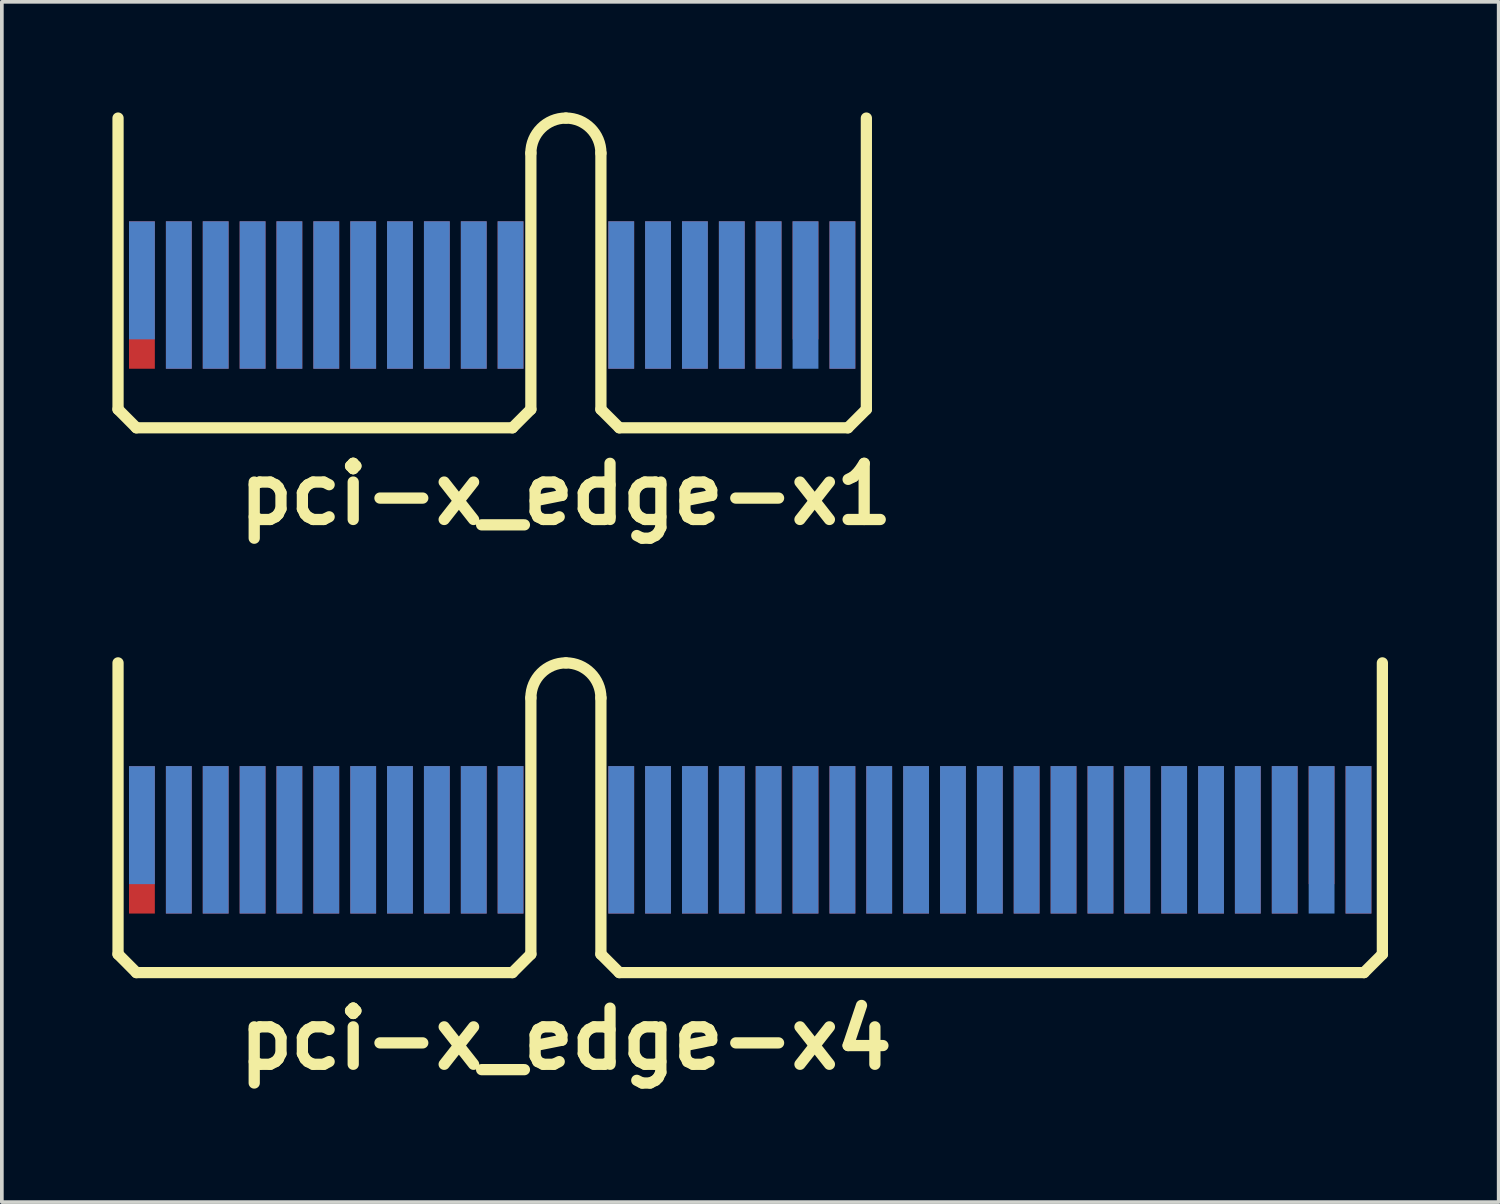
<source format=kicad_pcb>
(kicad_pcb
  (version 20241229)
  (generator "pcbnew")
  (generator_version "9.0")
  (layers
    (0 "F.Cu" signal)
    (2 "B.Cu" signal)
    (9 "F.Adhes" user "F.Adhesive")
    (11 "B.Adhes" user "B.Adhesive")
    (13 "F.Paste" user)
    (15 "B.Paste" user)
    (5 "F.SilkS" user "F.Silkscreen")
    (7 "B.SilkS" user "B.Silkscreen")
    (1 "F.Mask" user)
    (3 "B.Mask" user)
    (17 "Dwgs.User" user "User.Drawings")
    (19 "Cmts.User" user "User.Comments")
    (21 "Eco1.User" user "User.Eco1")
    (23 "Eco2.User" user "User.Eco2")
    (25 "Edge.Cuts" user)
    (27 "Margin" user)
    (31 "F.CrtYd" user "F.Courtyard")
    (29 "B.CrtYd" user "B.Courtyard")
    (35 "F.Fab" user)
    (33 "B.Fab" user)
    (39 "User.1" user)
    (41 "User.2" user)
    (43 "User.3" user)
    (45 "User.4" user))
  (footprint "pci-x_edge-x1"
    (layer "F.Cu")
    (at 12.301 4.354)
    (property "Reference" "pci-x_edge-x1" (at 0 5.999 0) (layer "F.SilkS") (effects (font (size 1.524 1.524) (thickness 0.305))))
    (attr through_hole)
    (fp_line (start -12.149 3.701) (end -12.149 -4.201) (stroke (width 0.305) (type solid)) (layer "F.SilkS"))
    (fp_line (start -11.651 4.201) (end -12.149 3.701) (stroke (width 0.305) (type solid)) (layer "F.SilkS"))
    (fp_line (start -1.45 4.201) (end -11.651 4.201) (stroke (width 0.305) (type solid)) (layer "F.SilkS"))
    (fp_line (start -0.95 -3.251) (end -0.95 3.701) (stroke (width 0.305) (type solid)) (layer "F.SilkS"))
    (fp_line (start -0.95 3.701) (end -1.45 4.201) (stroke (width 0.305) (type solid)) (layer "F.SilkS"))
    (fp_line (start 0.95 3.701) (end 0.95 -3.251) (stroke (width 0.305) (type solid)) (layer "F.SilkS"))
    (fp_line (start 0.95 3.701) (end 1.45 4.201) (stroke (width 0.305) (type solid)) (layer "F.SilkS"))
    (fp_line (start 1.45 4.201) (end 7.65 4.201) (stroke (width 0.305) (type solid)) (layer "F.SilkS"))
    (fp_line (start 7.65 4.201) (end 8.151 3.701) (stroke (width 0.305) (type solid)) (layer "F.SilkS"))
    (fp_line (start 8.151 3.701) (end 8.151 -4.201) (stroke (width 0.305) (type solid)) (layer "F.SilkS"))
    (fp_arc (start -0.94996 -3.2512) (mid -0.671723 -3.922923) (end 0 -4.20116) (stroke (width 0.3048) (type solid)) (layer "F.SilkS"))
    (fp_arc (start 0 -4.20116) (mid 0.671723 -3.922923) (end 0.94996 -3.2512) (stroke (width 0.3048) (type solid)) (layer "F.SilkS"))
    (pad "A1" smd rect (at -11.501 0.201) (size 0.701 3.2) (layers "F.Mask" "B.Cu" "F.Paste"))
    (pad "A2" smd rect (at -10.5 0.599) (size 0.701 4) (layers "F.Mask" "B.Cu" "F.Paste"))
    (pad "A3" smd rect (at -9.5 0.599) (size 0.701 4) (layers "F.Mask" "B.Cu" "F.Paste"))
    (pad "A4" smd rect (at -8.499 0.599) (size 0.701 4) (layers "F.Mask" "B.Cu" "F.Paste"))
    (pad "A5" smd rect (at -7.501 0.599) (size 0.701 4) (layers "F.Mask" "B.Cu" "F.Paste"))
    (pad "A6" smd rect (at -6.5 0.599) (size 0.701 4) (layers "F.Mask" "B.Cu" "F.Paste"))
    (pad "A7" smd rect (at -5.499 0.599) (size 0.701 4) (layers "F.Mask" "B.Cu" "F.Paste"))
    (pad "A8" smd rect (at -4.501 0.599) (size 0.701 4) (layers "F.Mask" "B.Cu" "F.Paste"))
    (pad "A9" smd rect (at -3.5 0.599) (size 0.701 4) (layers "F.Mask" "B.Cu" "F.Paste"))
    (pad "A10" smd rect (at -2.499 0.599) (size 0.701 4) (layers "F.Mask" "B.Cu" "F.Paste"))
    (pad "A11" smd rect (at -1.501 0.599) (size 0.701 4) (layers "F.Mask" "B.Cu" "F.Paste"))
    (pad "A12" smd rect (at 1.501 0.599) (size 0.701 4) (layers "F.Mask" "B.Cu" "F.Paste"))
    (pad "A13" smd rect (at 2.499 0.599) (size 0.701 4) (layers "F.Mask" "B.Cu" "F.Paste"))
    (pad "A14" smd rect (at 3.5 0.599) (size 0.701 4) (layers "F.Mask" "B.Cu" "F.Paste"))
    (pad "A15" smd rect (at 4.501 0.599) (size 0.701 4) (layers "F.Mask" "B.Cu" "F.Paste"))
    (pad "A16" smd rect (at 5.499 0.599) (size 0.701 4) (layers "F.Mask" "B.Cu" "F.Paste"))
    (pad "A17" smd rect (at 6.5 0.599) (size 0.701 4) (layers "F.Mask" "B.Cu" "F.Paste"))
    (pad "A18" smd rect (at 7.501 0.599) (size 0.701 4) (layers "F.Mask" "B.Cu" "F.Paste"))
    (pad "B1" smd rect (at -11.501 0.599) (size 0.701 4) (layers "F.Cu" "F.Mask" "F.Paste"))
    (pad "B2" smd rect (at -10.5 0.599) (size 0.701 4) (layers "F.Cu" "F.Mask" "F.Paste"))
    (pad "B3" smd rect (at -9.5 0.599) (size 0.701 4) (layers "F.Cu" "F.Mask" "F.Paste"))
    (pad "B4" smd rect (at -8.499 0.599) (size 0.701 4) (layers "F.Cu" "F.Mask" "F.Paste"))
    (pad "B5" smd rect (at -7.501 0.599) (size 0.701 4) (layers "F.Cu" "F.Mask" "F.Paste"))
    (pad "B6" smd rect (at -6.5 0.599) (size 0.701 4) (layers "F.Cu" "F.Mask" "F.Paste"))
    (pad "B7" smd rect (at -5.499 0.599) (size 0.701 4) (layers "F.Cu" "F.Mask" "F.Paste"))
    (pad "B8" smd rect (at -4.501 0.599) (size 0.701 4) (layers "F.Cu" "F.Mask" "F.Paste"))
    (pad "B9" smd rect (at -3.5 0.599) (size 0.701 4) (layers "F.Cu" "F.Mask" "F.Paste"))
    (pad "B10" smd rect (at -2.499 0.599) (size 0.701 4) (layers "F.Cu" "F.Mask" "F.Paste"))
    (pad "B11" smd rect (at -1.501 0.599) (size 0.701 4) (layers "F.Cu" "F.Mask" "F.Paste"))
    (pad "B12" smd rect (at 1.501 0.599) (size 0.701 4) (layers "F.Cu" "F.Mask" "F.Paste"))
    (pad "B13" smd rect (at 2.499 0.599) (size 0.701 4) (layers "F.Cu" "F.Mask" "F.Paste"))
    (pad "B14" smd rect (at 3.5 0.599) (size 0.701 4) (layers "F.Cu" "F.Mask" "F.Paste"))
    (pad "B15" smd rect (at 4.501 0.599) (size 0.701 4) (layers "F.Cu" "F.Mask" "F.Paste"))
    (pad "B16" smd rect (at 5.499 0.599) (size 0.701 4) (layers "F.Cu" "F.Mask" "F.Paste"))
    (pad "B17" smd rect (at 6.5 0.201) (size 0.701 3.2) (layers "F.Cu" "F.Mask" "F.Paste"))
    (pad "B18" smd rect (at 7.501 0.599) (size 0.701 4) (layers "F.Cu" "F.Mask" "F.Paste")))
  (footprint "pci-x_edge-x4"
    (layer "F.Cu")
    (at 12.301 19.133)
    (property "Reference" "pci-x_edge-x4" (at 0 5.999 0) (layer "F.SilkS") (effects (font (size 1.524 1.524) (thickness 0.305))))
    (attr through_hole)
    (fp_line (start -12.149 3.701) (end -12.149 -4.201) (stroke (width 0.305) (type solid)) (layer "F.SilkS"))
    (fp_line (start -11.651 4.201) (end -12.149 3.701) (stroke (width 0.305) (type solid)) (layer "F.SilkS"))
    (fp_line (start -1.45 4.201) (end -11.651 4.201) (stroke (width 0.305) (type solid)) (layer "F.SilkS"))
    (fp_line (start -0.95 -3.251) (end -0.95 3.701) (stroke (width 0.305) (type solid)) (layer "F.SilkS"))
    (fp_line (start -0.95 3.701) (end -1.45 4.201) (stroke (width 0.305) (type solid)) (layer "F.SilkS"))
    (fp_line (start 0.95 3.701) (end 0.95 -3.251) (stroke (width 0.305) (type solid)) (layer "F.SilkS"))
    (fp_line (start 0.95 3.701) (end 1.45 4.201) (stroke (width 0.305) (type solid)) (layer "F.SilkS"))
    (fp_line (start 1.45 4.201) (end 21.651 4.201) (stroke (width 0.305) (type solid)) (layer "F.SilkS"))
    (fp_line (start 21.651 4.201) (end 22.151 3.701) (stroke (width 0.305) (type solid)) (layer "F.SilkS"))
    (fp_line (start 22.149 3.701) (end 22.149 -4.201) (stroke (width 0.305) (type solid)) (layer "F.SilkS"))
    (fp_arc (start -0.94996 -3.2512) (mid -0.671723 -3.922923) (end 0 -4.20116) (stroke (width 0.3048) (type solid)) (layer "F.SilkS"))
    (fp_arc (start 0 -4.20116) (mid 0.671723 -3.922923) (end 0.94996 -3.2512) (stroke (width 0.3048) (type solid)) (layer "F.SilkS"))
    (pad "A1" smd rect (at -11.501 0.201) (size 0.701 3.2) (layers "F.Mask" "B.Cu" "F.Paste"))
    (pad "A2" smd rect (at -10.5 0.599) (size 0.701 4) (layers "F.Mask" "B.Cu" "F.Paste"))
    (pad "A3" smd rect (at -9.5 0.599) (size 0.701 4) (layers "F.Mask" "B.Cu" "F.Paste"))
    (pad "A4" smd rect (at -8.499 0.599) (size 0.701 4) (layers "F.Mask" "B.Cu" "F.Paste"))
    (pad "A5" smd rect (at -7.501 0.599) (size 0.701 4) (layers "F.Mask" "B.Cu" "F.Paste"))
    (pad "A6" smd rect (at -6.5 0.599) (size 0.701 4) (layers "F.Mask" "B.Cu" "F.Paste"))
    (pad "A7" smd rect (at -5.499 0.599) (size 0.701 4) (layers "F.Mask" "B.Cu" "F.Paste"))
    (pad "A8" smd rect (at -4.501 0.599) (size 0.701 4) (layers "F.Mask" "B.Cu" "F.Paste"))
    (pad "A9" smd rect (at -3.5 0.599) (size 0.701 4) (layers "F.Mask" "B.Cu" "F.Paste"))
    (pad "A10" smd rect (at -2.499 0.599) (size 0.701 4) (layers "F.Mask" "B.Cu" "F.Paste"))
    (pad "A11" smd rect (at -1.501 0.599) (size 0.701 4) (layers "F.Mask" "B.Cu" "F.Paste"))
    (pad "A12" smd rect (at 1.501 0.599) (size 0.701 4) (layers "F.Mask" "B.Cu" "F.Paste"))
    (pad "A13" smd rect (at 2.499 0.599) (size 0.701 4) (layers "F.Mask" "B.Cu" "F.Paste"))
    (pad "A14" smd rect (at 3.5 0.599) (size 0.701 4) (layers "F.Mask" "B.Cu" "F.Paste"))
    (pad "A15" smd rect (at 4.501 0.599) (size 0.701 4) (layers "F.Mask" "B.Cu" "F.Paste"))
    (pad "A16" smd rect (at 5.499 0.599) (size 0.701 4) (layers "F.Mask" "B.Cu" "F.Paste"))
    (pad "A17" smd rect (at 6.5 0.599) (size 0.701 4) (layers "F.Mask" "B.Cu" "F.Paste"))
    (pad "A18" smd rect (at 7.501 0.599) (size 0.701 4) (layers "F.Mask" "B.Cu" "F.Paste"))
    (pad "A19" smd rect (at 8.499 0.599) (size 0.701 4) (layers "F.Mask" "B.Cu" "F.Paste"))
    (pad "A20" smd rect (at 9.5 0.599) (size 0.701 4) (layers "F.Mask" "B.Cu" "F.Paste"))
    (pad "A21" smd rect (at 10.5 0.599) (size 0.701 4) (layers "F.Mask" "B.Cu" "F.Paste"))
    (pad "A22" smd rect (at 11.501 0.599) (size 0.701 4) (layers "F.Mask" "B.Cu" "F.Paste"))
    (pad "A23" smd rect (at 12.499 0.599) (size 0.701 4) (layers "F.Mask" "B.Cu" "F.Paste"))
    (pad "A24" smd rect (at 13.5 0.599) (size 0.701 4) (layers "F.Mask" "B.Cu" "F.Paste"))
    (pad "A25" smd rect (at 14.501 0.599) (size 0.701 4) (layers "F.Mask" "B.Cu" "F.Paste"))
    (pad "A26" smd rect (at 15.499 0.599) (size 0.701 4) (layers "F.Mask" "B.Cu" "F.Paste"))
    (pad "A27" smd rect (at 16.5 0.599) (size 0.701 4) (layers "F.Mask" "B.Cu" "F.Paste"))
    (pad "A28" smd rect (at 17.501 0.599) (size 0.701 4) (layers "F.Mask" "B.Cu" "F.Paste"))
    (pad "A29" smd rect (at 18.499 0.599) (size 0.701 4) (layers "F.Mask" "B.Cu" "F.Paste"))
    (pad "A30" smd rect (at 19.5 0.599) (size 0.701 4) (layers "F.Mask" "B.Cu" "F.Paste"))
    (pad "A31" smd rect (at 20.5 0.599) (size 0.701 4) (layers "F.Mask" "B.Cu" "F.Paste"))
    (pad "A32" smd rect (at 21.501 0.599) (size 0.701 4) (layers "F.Mask" "B.Cu" "F.Paste"))
    (pad "B1" smd rect (at -11.501 0.599) (size 0.701 4) (layers "F.Cu" "F.Mask" "F.Paste"))
    (pad "B2" smd rect (at -10.5 0.599) (size 0.701 4) (layers "F.Cu" "F.Mask" "F.Paste"))
    (pad "B3" smd rect (at -9.5 0.599) (size 0.701 4) (layers "F.Cu" "F.Mask" "F.Paste"))
    (pad "B4" smd rect (at -8.499 0.599) (size 0.701 4) (layers "F.Cu" "F.Mask" "F.Paste"))
    (pad "B5" smd rect (at -7.501 0.599) (size 0.701 4) (layers "F.Cu" "F.Mask" "F.Paste"))
    (pad "B6" smd rect (at -6.5 0.599) (size 0.701 4) (layers "F.Cu" "F.Mask" "F.Paste"))
    (pad "B7" smd rect (at -5.499 0.599) (size 0.701 4) (layers "F.Cu" "F.Mask" "F.Paste"))
    (pad "B8" smd rect (at -4.501 0.599) (size 0.701 4) (layers "F.Cu" "F.Mask" "F.Paste"))
    (pad "B9" smd rect (at -3.5 0.599) (size 0.701 4) (layers "F.Cu" "F.Mask" "F.Paste"))
    (pad "B10" smd rect (at -2.499 0.599) (size 0.701 4) (layers "F.Cu" "F.Mask" "F.Paste"))
    (pad "B11" smd rect (at -1.501 0.599) (size 0.701 4) (layers "F.Cu" "F.Mask" "F.Paste"))
    (pad "B12" smd rect (at 1.501 0.599) (size 0.701 4) (layers "F.Cu" "F.Mask" "F.Paste"))
    (pad "B13" smd rect (at 2.499 0.599) (size 0.701 4) (layers "F.Cu" "F.Mask" "F.Paste"))
    (pad "B14" smd rect (at 3.5 0.599) (size 0.701 4) (layers "F.Cu" "F.Mask" "F.Paste"))
    (pad "B15" smd rect (at 4.501 0.599) (size 0.701 4) (layers "F.Cu" "F.Mask" "F.Paste"))
    (pad "B16" smd rect (at 5.499 0.599) (size 0.701 4) (layers "F.Cu" "F.Mask" "F.Paste"))
    (pad "B17" smd rect (at 6.5 0.599) (size 0.701 4) (layers "F.Cu" "F.Mask" "F.Paste"))
    (pad "B18" smd rect (at 7.501 0.599) (size 0.701 4) (layers "F.Cu" "F.Mask" "F.Paste"))
    (pad "B19" smd rect (at 8.499 0.599) (size 0.701 4) (layers "F.Cu" "F.Mask" "F.Paste"))
    (pad "B20" smd rect (at 9.5 0.599) (size 0.701 4) (layers "F.Cu" "F.Mask" "F.Paste"))
    (pad "B21" smd rect (at 10.5 0.599) (size 0.701 4) (layers "F.Cu" "F.Mask" "F.Paste"))
    (pad "B22" smd rect (at 11.501 0.599) (size 0.701 4) (layers "F.Cu" "F.Mask" "F.Paste"))
    (pad "B23" smd rect (at 12.499 0.599) (size 0.701 4) (layers "F.Cu" "F.Mask" "F.Paste"))
    (pad "B24" smd rect (at 13.5 0.599) (size 0.701 4) (layers "F.Cu" "F.Mask" "F.Paste"))
    (pad "B25" smd rect (at 14.501 0.599) (size 0.701 4) (layers "F.Cu" "F.Mask" "F.Paste"))
    (pad "B26" smd rect (at 15.499 0.599) (size 0.701 4) (layers "F.Cu" "F.Mask" "F.Paste"))
    (pad "B27" smd rect (at 16.5 0.599) (size 0.701 4) (layers "F.Cu" "F.Mask" "F.Paste"))
    (pad "B28" smd rect (at 17.501 0.599) (size 0.701 4) (layers "F.Cu" "F.Mask" "F.Paste"))
    (pad "B29" smd rect (at 18.499 0.599) (size 0.701 4) (layers "F.Cu" "F.Mask" "F.Paste"))
    (pad "B30" smd rect (at 19.5 0.599) (size 0.701 4) (layers "F.Cu" "F.Mask" "F.Paste"))
    (pad "B31" smd rect (at 20.5 0.201) (size 0.701 3.2) (layers "F.Cu" "F.Mask" "F.Paste"))
    (pad "B32" smd rect (at 21.501 0.599) (size 0.701 4) (layers "F.Cu" "F.Mask" "F.Paste")))
  (gr_rect
    (start -3 -3)
    (end 37.605 29.559)
    (stroke (width 0.1) (type default))
    (fill no)
    (layer "Edge.Cuts")))
</source>
